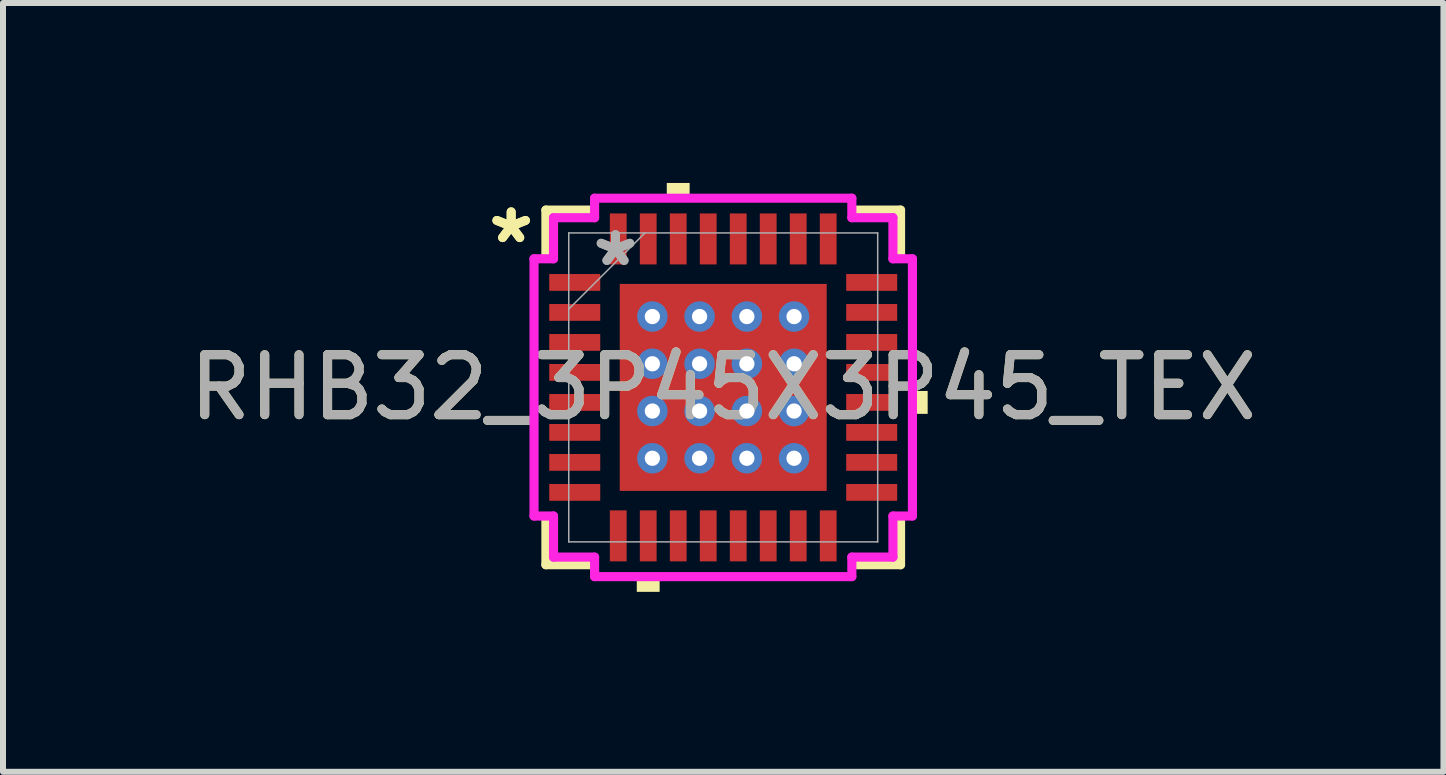
<source format=kicad_pcb>
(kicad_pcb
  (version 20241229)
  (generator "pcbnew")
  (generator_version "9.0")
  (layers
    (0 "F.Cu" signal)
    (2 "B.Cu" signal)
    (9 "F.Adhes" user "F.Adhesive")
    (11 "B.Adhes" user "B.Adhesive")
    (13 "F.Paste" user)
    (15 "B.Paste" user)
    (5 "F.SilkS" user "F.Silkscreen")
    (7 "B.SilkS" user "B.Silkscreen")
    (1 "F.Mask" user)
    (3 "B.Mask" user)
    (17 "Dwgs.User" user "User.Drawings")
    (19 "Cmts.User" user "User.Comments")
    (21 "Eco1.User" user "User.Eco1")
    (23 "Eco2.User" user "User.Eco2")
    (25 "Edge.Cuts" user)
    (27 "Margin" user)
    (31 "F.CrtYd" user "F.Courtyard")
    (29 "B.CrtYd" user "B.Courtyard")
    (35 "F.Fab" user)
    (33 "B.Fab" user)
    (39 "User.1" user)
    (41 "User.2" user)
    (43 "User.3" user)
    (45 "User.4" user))
  (footprint "RHB32_3P45X3P45_TEX"
    (layer "F.Cu")
    (at 9.006 3.408)
    (property "Reference" "RHB32_3P45X3P45_TEX" (at 0 0 0) (unlocked yes) (layer "F.SilkS") (effects (font (size 1 1) (thickness 0.15))))
    (attr smd)
    (fp_poly (pts (xy -1.788 -1.788) (xy -1.381 -1.788) (xy -1.381 1.788) (xy -1.788 1.788)) (stroke (width 0) (type solid)) (fill yes) (layer "F.Mask"))
    (fp_poly (pts (xy -1.788 -1.788) (xy 1.788 -1.788) (xy 1.788 -1.381) (xy -1.788 -1.381)) (stroke (width 0) (type solid)) (fill yes) (layer "F.Mask"))
    (fp_poly (pts (xy -1.788 -0.981) (xy 1.788 -0.981) (xy 1.788 -0.594) (xy -1.788 -0.594)) (stroke (width 0) (type solid)) (fill yes) (layer "F.Mask"))
    (fp_poly (pts (xy -1.788 -0.194) (xy 1.788 -0.194) (xy 1.788 0.194) (xy -1.788 0.194)) (stroke (width 0) (type solid)) (fill yes) (layer "F.Mask"))
    (fp_poly (pts (xy -1.788 0.594) (xy 1.788 0.594) (xy 1.788 0.981) (xy -1.788 0.981)) (stroke (width 0) (type solid)) (fill yes) (layer "F.Mask"))
    (fp_poly (pts (xy -1.788 1.381) (xy 1.788 1.381) (xy 1.788 1.788) (xy -1.788 1.788)) (stroke (width 0) (type solid)) (fill yes) (layer "F.Mask"))
    (fp_poly (pts (xy -0.594 -1.788) (xy -0.981 -1.788) (xy -0.981 1.788) (xy -0.594 1.788)) (stroke (width 0) (type solid)) (fill yes) (layer "F.Mask"))
    (fp_poly (pts (xy 0.194 -1.788) (xy -0.194 -1.788) (xy -0.194 1.788) (xy 0.194 1.788)) (stroke (width 0) (type solid)) (fill yes) (layer "F.Mask"))
    (fp_poly (pts (xy 0.981 -1.788) (xy 0.594 -1.788) (xy 0.594 1.788) (xy 0.981 1.788)) (stroke (width 0) (type solid)) (fill yes) (layer "F.Mask"))
    (fp_poly (pts (xy 1.381 -1.788) (xy 1.788 -1.788) (xy 1.788 1.788) (xy 1.381 1.788)) (stroke (width 0) (type solid)) (fill yes) (layer "F.Mask"))
    (fp_line (start -2.956 -2.956) (end -2.956 -2.218) (stroke (width 0.152) (type solid)) (layer "F.SilkS"))
    (fp_line (start -2.956 2.218) (end -2.956 2.956) (stroke (width 0.152) (type solid)) (layer "F.SilkS"))
    (fp_line (start -2.956 2.956) (end -2.218 2.956) (stroke (width 0.152) (type solid)) (layer "F.SilkS"))
    (fp_line (start -2.218 -2.956) (end -2.956 -2.956) (stroke (width 0.152) (type solid)) (layer "F.SilkS"))
    (fp_line (start 2.218 2.956) (end 2.956 2.956) (stroke (width 0.152) (type solid)) (layer "F.SilkS"))
    (fp_line (start 2.956 -2.956) (end 2.218 -2.956) (stroke (width 0.152) (type solid)) (layer "F.SilkS"))
    (fp_line (start 2.956 -2.218) (end 2.956 -2.956) (stroke (width 0.152) (type solid)) (layer "F.SilkS"))
    (fp_line (start 2.956 2.956) (end 2.956 2.218) (stroke (width 0.152) (type solid)) (layer "F.SilkS"))
    (fp_poly (pts (xy -1.441 3.154) (xy -1.441 3.408) (xy -1.06 3.408) (xy -1.06 3.154)) (stroke (width 0) (type solid)) (fill yes) (layer "F.SilkS"))
    (fp_poly (pts (xy -0.941 -3.154) (xy -0.941 -3.408) (xy -0.56 -3.408) (xy -0.56 -3.154)) (stroke (width 0) (type solid)) (fill yes) (layer "F.SilkS"))
    (fp_poly (pts (xy 3.408 0.059) (xy 3.408 0.441) (xy 3.154 0.441) (xy 3.154 0.059)) (stroke (width 0) (type solid)) (fill yes) (layer "F.SilkS"))
    (fp_poly (pts (xy -1.65 -1.65) (xy -1.65 -1.281) (xy -1.423 -1.281) (xy -1.281 -1.423) (xy -1.281 -1.65)) (stroke (width 0) (type solid)) (fill yes) (layer "F.Paste"))
    (fp_poly (pts (xy -1.65 1.281) (xy -1.65 1.65) (xy -1.281 1.65) (xy -1.281 1.423) (xy -1.423 1.281)) (stroke (width 0) (type solid)) (fill yes) (layer "F.Paste"))
    (fp_poly (pts (xy 1.281 -1.65) (xy 1.281 -1.423) (xy 1.423 -1.281) (xy 1.65 -1.281) (xy 1.65 -1.65)) (stroke (width 0) (type solid)) (fill yes) (layer "F.Paste"))
    (fp_poly (pts (xy 1.423 1.281) (xy 1.281 1.423) (xy 1.281 1.65) (xy 1.65 1.65) (xy 1.65 1.281)) (stroke (width 0) (type solid)) (fill yes) (layer "F.Paste"))
    (fp_poly (pts (xy -1.65 -1.081) (xy -1.65 -0.494) (xy -1.423 -0.494) (xy -1.281 -0.635) (xy -1.281 -0.94) (xy -1.423 -1.081)) (stroke (width 0) (type solid)) (fill yes) (layer "F.Paste"))
    (fp_poly (pts (xy -1.65 -0.294) (xy -1.65 0.294) (xy -1.423 0.294) (xy -1.281 0.152) (xy -1.281 -0.152) (xy -1.423 -0.294)) (stroke (width 0) (type solid)) (fill yes) (layer "F.Paste"))
    (fp_poly (pts (xy -1.65 0.494) (xy -1.65 1.081) (xy -1.423 1.081) (xy -1.281 0.94) (xy -1.281 0.635) (xy -1.423 0.494)) (stroke (width 0) (type solid)) (fill yes) (layer "F.Paste"))
    (fp_poly (pts (xy -1.081 -1.65) (xy -1.081 -1.423) (xy -0.94 -1.281) (xy -0.635 -1.281) (xy -0.494 -1.423) (xy -0.494 -1.65)) (stroke (width 0) (type solid)) (fill yes) (layer "F.Paste"))
    (fp_poly (pts (xy -0.94 1.281) (xy -1.081 1.423) (xy -1.081 1.65) (xy -0.494 1.65) (xy -0.494 1.423) (xy -0.635 1.281)) (stroke (width 0) (type solid)) (fill yes) (layer "F.Paste"))
    (fp_poly (pts (xy -0.294 -1.65) (xy -0.294 -1.423) (xy -0.152 -1.281) (xy 0.152 -1.281) (xy 0.294 -1.423) (xy 0.294 -1.65)) (stroke (width 0) (type solid)) (fill yes) (layer "F.Paste"))
    (fp_poly (pts (xy -0.152 1.281) (xy -0.294 1.423) (xy -0.294 1.65) (xy 0.294 1.65) (xy 0.294 1.423) (xy 0.152 1.281)) (stroke (width 0) (type solid)) (fill yes) (layer "F.Paste"))
    (fp_poly (pts (xy 0.494 -1.65) (xy 0.494 -1.423) (xy 0.635 -1.281) (xy 0.94 -1.281) (xy 1.081 -1.423) (xy 1.081 -1.65)) (stroke (width 0) (type solid)) (fill yes) (layer "F.Paste"))
    (fp_poly (pts (xy 0.635 1.281) (xy 0.494 1.423) (xy 0.494 1.65) (xy 1.081 1.65) (xy 1.081 1.423) (xy 0.94 1.281)) (stroke (width 0) (type solid)) (fill yes) (layer "F.Paste"))
    (fp_poly (pts (xy 1.423 -1.081) (xy 1.281 -0.94) (xy 1.281 -0.635) (xy 1.423 -0.494) (xy 1.65 -0.494) (xy 1.65 -1.081)) (stroke (width 0) (type solid)) (fill yes) (layer "F.Paste"))
    (fp_poly (pts (xy 1.423 -0.294) (xy 1.281 -0.152) (xy 1.281 0.152) (xy 1.423 0.294) (xy 1.65 0.294) (xy 1.65 -0.294)) (stroke (width 0) (type solid)) (fill yes) (layer "F.Paste"))
    (fp_poly (pts (xy 1.423 0.494) (xy 1.281 0.635) (xy 1.281 0.94) (xy 1.423 1.081) (xy 1.65 1.081) (xy 1.65 0.494)) (stroke (width 0) (type solid)) (fill yes) (layer "F.Paste"))
    (fp_poly (pts (xy -0.94 -1.081) (xy -1.081 -0.94) (xy -1.081 -0.635) (xy -0.94 -0.494) (xy -0.635 -0.494) (xy -0.494 -0.635) (xy -0.494 -0.94) (xy -0.635 -1.081)) (stroke (width 0) (type solid)) (fill yes) (layer "F.Paste"))
    (fp_poly (pts (xy -0.94 -0.294) (xy -1.081 -0.152) (xy -1.081 0.152) (xy -0.94 0.294) (xy -0.635 0.294) (xy -0.494 0.152) (xy -0.494 -0.152) (xy -0.635 -0.294)) (stroke (width 0) (type solid)) (fill yes) (layer "F.Paste"))
    (fp_poly (pts (xy -0.94 0.494) (xy -1.081 0.635) (xy -1.081 0.94) (xy -0.94 1.081) (xy -0.635 1.081) (xy -0.494 0.94) (xy -0.494 0.635) (xy -0.635 0.494)) (stroke (width 0) (type solid)) (fill yes) (layer "F.Paste"))
    (fp_poly (pts (xy -0.152 -1.081) (xy -0.294 -0.94) (xy -0.294 -0.635) (xy -0.152 -0.494) (xy 0.152 -0.494) (xy 0.294 -0.635) (xy 0.294 -0.94) (xy 0.152 -1.081)) (stroke (width 0) (type solid)) (fill yes) (layer "F.Paste"))
    (fp_poly (pts (xy -0.152 -0.294) (xy -0.294 -0.152) (xy -0.294 0.152) (xy -0.152 0.294) (xy 0.152 0.294) (xy 0.294 0.152) (xy 0.294 -0.152) (xy 0.152 -0.294)) (stroke (width 0) (type solid)) (fill yes) (layer "F.Paste"))
    (fp_poly (pts (xy -0.152 0.494) (xy -0.294 0.635) (xy -0.294 0.94) (xy -0.152 1.081) (xy 0.152 1.081) (xy 0.294 0.94) (xy 0.294 0.635) (xy 0.152 0.494)) (stroke (width 0) (type solid)) (fill yes) (layer "F.Paste"))
    (fp_poly (pts (xy 0.635 -1.081) (xy 0.494 -0.94) (xy 0.494 -0.635) (xy 0.635 -0.494) (xy 0.94 -0.494) (xy 1.081 -0.635) (xy 1.081 -0.94) (xy 0.94 -1.081)) (stroke (width 0) (type solid)) (fill yes) (layer "F.Paste"))
    (fp_poly (pts (xy 0.635 -0.294) (xy 0.494 -0.152) (xy 0.494 0.152) (xy 0.635 0.294) (xy 0.94 0.294) (xy 1.081 0.152) (xy 1.081 -0.152) (xy 0.94 -0.294)) (stroke (width 0) (type solid)) (fill yes) (layer "F.Paste"))
    (fp_poly (pts (xy 0.635 0.494) (xy 0.494 0.635) (xy 0.494 0.94) (xy 0.635 1.081) (xy 0.94 1.081) (xy 1.081 0.94) (xy 1.081 0.635) (xy 0.94 0.494)) (stroke (width 0) (type solid)) (fill yes) (layer "F.Paste"))
    (fp_line (start -3.154 -2.144) (end -2.829 -2.144) (stroke (width 0.152) (type solid)) (layer "F.CrtYd"))
    (fp_line (start -3.154 2.144) (end -3.154 -2.144) (stroke (width 0.152) (type solid)) (layer "F.CrtYd"))
    (fp_line (start -2.829 -2.829) (end -2.144 -2.829) (stroke (width 0.152) (type solid)) (layer "F.CrtYd"))
    (fp_line (start -2.829 -2.144) (end -2.829 -2.829) (stroke (width 0.152) (type solid)) (layer "F.CrtYd"))
    (fp_line (start -2.829 2.144) (end -3.154 2.144) (stroke (width 0.152) (type solid)) (layer "F.CrtYd"))
    (fp_line (start -2.829 2.829) (end -2.829 2.144) (stroke (width 0.152) (type solid)) (layer "F.CrtYd"))
    (fp_line (start -2.144 -3.154) (end 2.144 -3.154) (stroke (width 0.152) (type solid)) (layer "F.CrtYd"))
    (fp_line (start -2.144 -2.829) (end -2.144 -3.154) (stroke (width 0.152) (type solid)) (layer "F.CrtYd"))
    (fp_line (start -2.144 2.829) (end -2.829 2.829) (stroke (width 0.152) (type solid)) (layer "F.CrtYd"))
    (fp_line (start -2.144 3.154) (end -2.144 2.829) (stroke (width 0.152) (type solid)) (layer "F.CrtYd"))
    (fp_line (start 2.144 -3.154) (end 2.144 -2.829) (stroke (width 0.152) (type solid)) (layer "F.CrtYd"))
    (fp_line (start 2.144 -2.829) (end 2.829 -2.829) (stroke (width 0.152) (type solid)) (layer "F.CrtYd"))
    (fp_line (start 2.144 2.829) (end 2.144 3.154) (stroke (width 0.152) (type solid)) (layer "F.CrtYd"))
    (fp_line (start 2.144 3.154) (end -2.144 3.154) (stroke (width 0.152) (type solid)) (layer "F.CrtYd"))
    (fp_line (start 2.829 -2.829) (end 2.829 -2.144) (stroke (width 0.152) (type solid)) (layer "F.CrtYd"))
    (fp_line (start 2.829 -2.144) (end 3.154 -2.144) (stroke (width 0.152) (type solid)) (layer "F.CrtYd"))
    (fp_line (start 2.829 2.144) (end 2.829 2.829) (stroke (width 0.152) (type solid)) (layer "F.CrtYd"))
    (fp_line (start 2.829 2.829) (end 2.144 2.829) (stroke (width 0.152) (type solid)) (layer "F.CrtYd"))
    (fp_line (start 3.154 -2.144) (end 3.154 2.144) (stroke (width 0.152) (type solid)) (layer "F.CrtYd"))
    (fp_line (start 3.154 2.144) (end 2.829 2.144) (stroke (width 0.152) (type solid)) (layer "F.CrtYd"))
    (fp_line (start -2.575 -2.575) (end -2.575 2.575) (stroke (width 0.025) (type solid)) (layer "F.Fab"))
    (fp_line (start -2.575 -1.305) (end -1.305 -2.575) (stroke (width 0.025) (type solid)) (layer "F.Fab"))
    (fp_line (start -2.575 2.575) (end 2.575 2.575) (stroke (width 0.025) (type solid)) (layer "F.Fab"))
    (fp_line (start 2.575 -2.575) (end -2.575 -2.575) (stroke (width 0.025) (type solid)) (layer "F.Fab"))
    (fp_line (start 2.575 2.575) (end 2.575 -2.575) (stroke (width 0.025) (type solid)) (layer "F.Fab"))
    (fp_text user "*" (at -3.535 -2.381 0) (unlocked yes) (layer "F.SilkS") (effects (font (size 1 1) (thickness 0.15))))
    (fp_text user "*" (at -3.535 -2.381 0) (layer "F.SilkS") (effects (font (size 1 1) (thickness 0.15))))
    (fp_text user "*" (at -1.796 -2 0) (layer "F.Fab") (effects (font (size 1 1) (thickness 0.15))))
    (fp_text user "*" (at -1.796 -2 0) (unlocked yes) (layer "F.Fab") (effects (font (size 1 1) (thickness 0.15))))
    (fp_text user "${REFERENCE}" (at 0 0 0) (unlocked yes) (layer "F.Fab") (effects (font (size 1 1) (thickness 0.15))))
    (pad "1" smd rect (at -2.475 -1.75 90) (size 0.28 0.85) (layers "F.Cu" "F.Mask" "F.Paste"))
    (pad "2" smd rect (at -2.475 -1.25 90) (size 0.28 0.85) (layers "F.Cu" "F.Mask" "F.Paste"))
    (pad "3" smd rect (at -2.475 -0.75 90) (size 0.28 0.85) (layers "F.Cu" "F.Mask" "F.Paste"))
    (pad "4" smd rect (at -2.475 -0.25 90) (size 0.28 0.85) (layers "F.Cu" "F.Mask" "F.Paste"))
    (pad "5" smd rect (at -2.475 0.25 90) (size 0.28 0.85) (layers "F.Cu" "F.Mask" "F.Paste"))
    (pad "6" smd rect (at -2.475 0.75 90) (size 0.28 0.85) (layers "F.Cu" "F.Mask" "F.Paste"))
    (pad "7" smd rect (at -2.475 1.25 90) (size 0.28 0.85) (layers "F.Cu" "F.Mask" "F.Paste"))
    (pad "8" smd rect (at -2.475 1.75 90) (size 0.28 0.85) (layers "F.Cu" "F.Mask" "F.Paste"))
    (pad "9" smd rect (at -1.75 2.475) (size 0.28 0.85) (layers "F.Cu" "F.Mask" "F.Paste"))
    (pad "10" smd rect (at -1.25 2.475) (size 0.28 0.85) (layers "F.Cu" "F.Mask" "F.Paste"))
    (pad "11" smd rect (at -0.75 2.475) (size 0.28 0.85) (layers "F.Cu" "F.Mask" "F.Paste"))
    (pad "12" smd rect (at -0.25 2.475) (size 0.28 0.85) (layers "F.Cu" "F.Mask" "F.Paste"))
    (pad "13" smd rect (at 0.25 2.475) (size 0.28 0.85) (layers "F.Cu" "F.Mask" "F.Paste"))
    (pad "14" smd rect (at 0.75 2.475) (size 0.28 0.85) (layers "F.Cu" "F.Mask" "F.Paste"))
    (pad "15" smd rect (at 1.25 2.475) (size 0.28 0.85) (layers "F.Cu" "F.Mask" "F.Paste"))
    (pad "16" smd rect (at 1.75 2.475) (size 0.28 0.85) (layers "F.Cu" "F.Mask" "F.Paste"))
    (pad "17" smd rect (at 2.475 1.75 90) (size 0.28 0.85) (layers "F.Cu" "F.Mask" "F.Paste"))
    (pad "18" smd rect (at 2.475 1.25 90) (size 0.28 0.85) (layers "F.Cu" "F.Mask" "F.Paste"))
    (pad "19" smd rect (at 2.475 0.75 90) (size 0.28 0.85) (layers "F.Cu" "F.Mask" "F.Paste"))
    (pad "20" smd rect (at 2.475 0.25 90) (size 0.28 0.85) (layers "F.Cu" "F.Mask" "F.Paste"))
    (pad "21" smd rect (at 2.475 -0.25 90) (size 0.28 0.85) (layers "F.Cu" "F.Mask" "F.Paste"))
    (pad "22" smd rect (at 2.475 -0.75 90) (size 0.28 0.85) (layers "F.Cu" "F.Mask" "F.Paste"))
    (pad "23" smd rect (at 2.475 -1.25 90) (size 0.28 0.85) (layers "F.Cu" "F.Mask" "F.Paste"))
    (pad "24" smd rect (at 2.475 -1.75 90) (size 0.28 0.85) (layers "F.Cu" "F.Mask" "F.Paste"))
    (pad "25" smd rect (at 1.75 -2.475) (size 0.28 0.85) (layers "F.Cu" "F.Mask" "F.Paste"))
    (pad "26" smd rect (at 1.25 -2.475) (size 0.28 0.85) (layers "F.Cu" "F.Mask" "F.Paste"))
    (pad "27" smd rect (at 0.75 -2.475) (size 0.28 0.85) (layers "F.Cu" "F.Mask" "F.Paste"))
    (pad "28" smd rect (at 0.25 -2.475) (size 0.28 0.85) (layers "F.Cu" "F.Mask" "F.Paste"))
    (pad "29" smd rect (at -0.25 -2.475) (size 0.28 0.85) (layers "F.Cu" "F.Mask" "F.Paste"))
    (pad "30" smd rect (at -0.75 -2.475) (size 0.28 0.85) (layers "F.Cu" "F.Mask" "F.Paste"))
    (pad "31" smd rect (at -1.25 -2.475) (size 0.28 0.85) (layers "F.Cu" "F.Mask" "F.Paste"))
    (pad "32" smd rect (at -1.75 -2.475) (size 0.28 0.85) (layers "F.Cu" "F.Mask" "F.Paste"))
    (pad "33" smd rect (at 0 0) (size 3.45 3.45) (layers "F.Cu"))
    (pad "V" thru_hole circle (at -1.181 -1.181) (size 0.508 0.508) (drill 0.254) (layers "*.Cu" "*.Mask"))
    (pad "V" thru_hole circle (at -1.181 -0.394) (size 0.508 0.508) (drill 0.254) (layers "*.Cu" "*.Mask"))
    (pad "V" thru_hole circle (at -1.181 0.394) (size 0.508 0.508) (drill 0.254) (layers "*.Cu" "*.Mask"))
    (pad "V" thru_hole circle (at -1.181 1.181) (size 0.508 0.508) (drill 0.254) (layers "*.Cu" "*.Mask"))
    (pad "V" thru_hole circle (at -0.394 -1.181) (size 0.508 0.508) (drill 0.254) (layers "*.Cu" "*.Mask"))
    (pad "V" thru_hole circle (at -0.394 -0.394) (size 0.508 0.508) (drill 0.254) (layers "*.Cu" "*.Mask"))
    (pad "V" thru_hole circle (at -0.394 0.394) (size 0.508 0.508) (drill 0.254) (layers "*.Cu" "*.Mask"))
    (pad "V" thru_hole circle (at -0.394 1.181) (size 0.508 0.508) (drill 0.254) (layers "*.Cu" "*.Mask"))
    (pad "V" thru_hole circle (at 0.394 -1.181) (size 0.508 0.508) (drill 0.254) (layers "*.Cu" "*.Mask"))
    (pad "V" thru_hole circle (at 0.394 -0.394) (size 0.508 0.508) (drill 0.254) (layers "*.Cu" "*.Mask"))
    (pad "V" thru_hole circle (at 0.394 0.394) (size 0.508 0.508) (drill 0.254) (layers "*.Cu" "*.Mask"))
    (pad "V" thru_hole circle (at 0.394 1.181) (size 0.508 0.508) (drill 0.254) (layers "*.Cu" "*.Mask"))
    (pad "V" thru_hole circle (at 1.181 -1.181) (size 0.508 0.508) (drill 0.254) (layers "*.Cu" "*.Mask"))
    (pad "V" thru_hole circle (at 1.181 -0.394) (size 0.508 0.508) (drill 0.254) (layers "*.Cu" "*.Mask"))
    (pad "V" thru_hole circle (at 1.181 0.394) (size 0.508 0.508) (drill 0.254) (layers "*.Cu" "*.Mask"))
    (pad "V" thru_hole circle (at 1.181 1.181) (size 0.508 0.508) (drill 0.254) (layers "*.Cu" "*.Mask")))
  (gr_rect
    (start -3 -3)
    (end 21.012 9.816)
    (stroke (width 0.1) (type default))
    (fill no)
    (layer "Edge.Cuts")))
</source>
